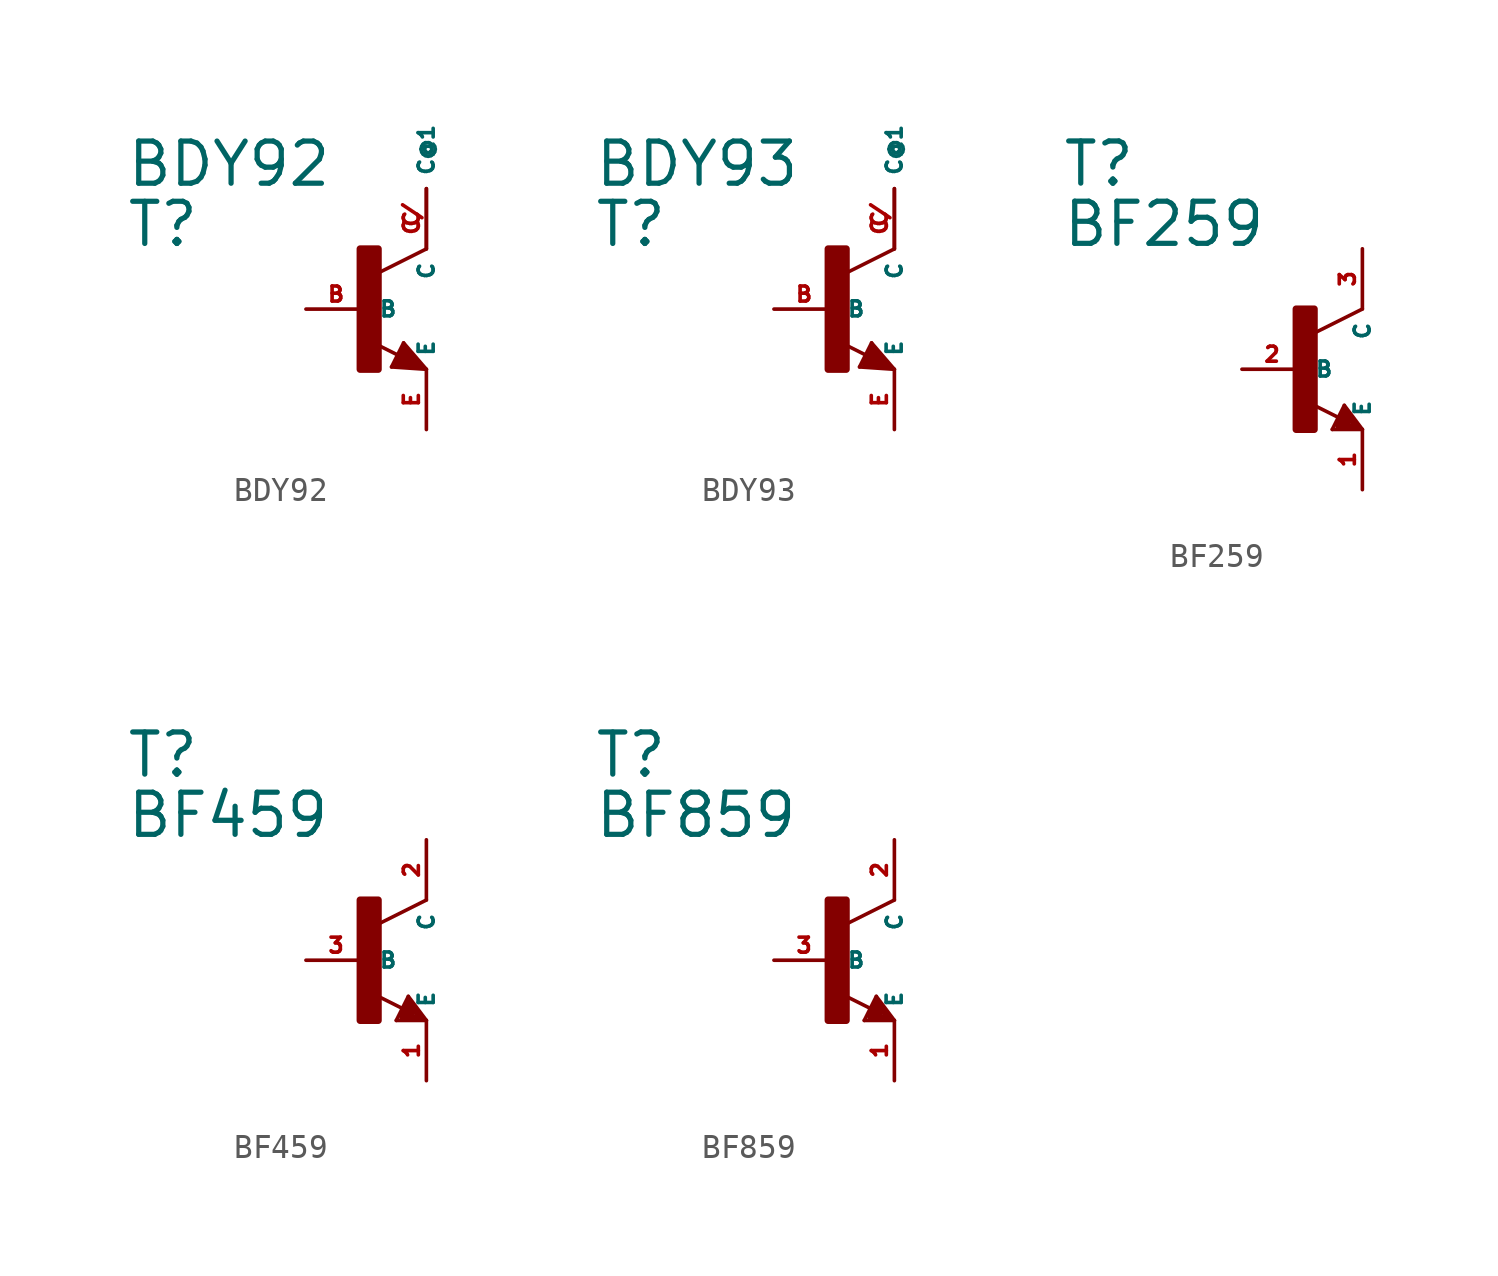
<source format=kicad_sym>
(kicad_symbol_lib
  (version 20220914)
  (generator Eagle2Kicad)
  (symbol "BDY92"
    (property "Reference" "T"
      (at -10.16 2.54 0)
      (effects (font (size 1.778 1.778) (thickness 0.22)) (justify left bottom)))
    (property "Value" "BDY92"
      (at -10.16 5.08 0)
      (effects (font (size 1.778 1.778) (thickness 0.22)) (justify left bottom)))
    (polyline
      (pts (xy 2.54 2.54) (xy 0.508 1.524))
      (stroke (width 0.152) (type default))
      (fill (type none)))
    (polyline
      (pts (xy 1.578 -1.424) (xy 2.54 -2.54))
      (stroke (width 0.152) (type default))
      (fill (type none)))
    (polyline
      (pts (xy 2.54 -2.54) (xy 1.07 -2.44))
      (stroke (width 0.152) (type default))
      (fill (type none)))
    (polyline
      (pts (xy 1.07 -2.44) (xy 1.578 -1.424))
      (stroke (width 0.152) (type default))
      (fill (type none)))
    (polyline
      (pts (xy 1.34 -1.94) (xy 0.108 -1.324))
      (stroke (width 0.152) (type default))
      (fill (type none)))
    (polyline
      (pts (xy 2.286 -2.413) (xy 1.651 -1.651))
      (stroke (width 0.254) (type default))
      (fill (type none)))
    (polyline
      (pts (xy 1.651 -1.651) (xy 1.27 -2.286))
      (stroke (width 0.254) (type default))
      (fill (type none)))
    (polyline
      (pts (xy 1.27 -2.286) (xy 2.159 -2.413))
      (stroke (width 0.254) (type default))
      (fill (type none)))
    (polyline
      (pts (xy 2.159 -2.413) (xy 1.651 -1.905))
      (stroke (width 0.254) (type default))
      (fill (type none)))
    (polyline
      (pts (xy 1.651 -1.905) (xy 1.524 -2.159))
      (stroke (width 0.254) (type default))
      (fill (type none)))
    (polyline
      (pts (xy 1.524 -2.159) (xy 1.778 -2.159))
      (stroke (width 0.254) (type default))
      (fill (type none)))
    (rectangle
      (start -0.254 -2.54)
      (end 0.508 2.54)
      (stroke (width 0.3) (type default))
      (fill (type outline)))
    (pin passive line
      (at -2.54 0 0)
      (length 2.54)
      (name "B" (effects (font (size 0.635 0.635) (thickness 0.08)) (justify left bottom)))
      (number "B" (effects (font (size 0.635 0.635) (thickness 0.08)) (justify left bottom))))
    (pin passive line
      (at 2.54 -5.08 90)
      (length 2.54)
      (name "E" (effects (font (size 0.635 0.635) (thickness 0.08)) (justify left bottom)))
      (number "E" (effects (font (size 0.635 0.635) (thickness 0.08)) (justify left bottom))))
    (pin passive line
      (at 2.54 5.08 270)
      (length 2.54)
      (name "C" (effects (font (size 0.635 0.635) (thickness 0.08)) (justify left bottom)))
      (number "C" (effects (font (size 0.635 0.635) (thickness 0.08)) (justify left bottom))))
    (pin passive line
      (at 2.54 2.54 90)
      (length 2.54)
      (name "C@1" (effects (font (size 0.635 0.635) (thickness 0.08)) (justify left bottom)))
      (number "C/" (effects (font (size 0.635 0.635) (thickness 0.08)) (justify left bottom)))))
  (symbol "BDY93"
    (property "Reference" "T"
      (at -10.16 2.54 0)
      (effects (font (size 1.778 1.778) (thickness 0.22)) (justify left bottom)))
    (property "Value" "BDY93"
      (at -10.16 5.08 0)
      (effects (font (size 1.778 1.778) (thickness 0.22)) (justify left bottom)))
    (polyline
      (pts (xy 2.54 2.54) (xy 0.508 1.524))
      (stroke (width 0.152) (type default))
      (fill (type none)))
    (polyline
      (pts (xy 1.578 -1.424) (xy 2.54 -2.54))
      (stroke (width 0.152) (type default))
      (fill (type none)))
    (polyline
      (pts (xy 2.54 -2.54) (xy 1.07 -2.44))
      (stroke (width 0.152) (type default))
      (fill (type none)))
    (polyline
      (pts (xy 1.07 -2.44) (xy 1.578 -1.424))
      (stroke (width 0.152) (type default))
      (fill (type none)))
    (polyline
      (pts (xy 1.34 -1.94) (xy 0.108 -1.324))
      (stroke (width 0.152) (type default))
      (fill (type none)))
    (polyline
      (pts (xy 2.286 -2.413) (xy 1.651 -1.651))
      (stroke (width 0.254) (type default))
      (fill (type none)))
    (polyline
      (pts (xy 1.651 -1.651) (xy 1.27 -2.286))
      (stroke (width 0.254) (type default))
      (fill (type none)))
    (polyline
      (pts (xy 1.27 -2.286) (xy 2.159 -2.413))
      (stroke (width 0.254) (type default))
      (fill (type none)))
    (polyline
      (pts (xy 2.159 -2.413) (xy 1.651 -1.905))
      (stroke (width 0.254) (type default))
      (fill (type none)))
    (polyline
      (pts (xy 1.651 -1.905) (xy 1.524 -2.159))
      (stroke (width 0.254) (type default))
      (fill (type none)))
    (polyline
      (pts (xy 1.524 -2.159) (xy 1.778 -2.159))
      (stroke (width 0.254) (type default))
      (fill (type none)))
    (rectangle
      (start -0.254 -2.54)
      (end 0.508 2.54)
      (stroke (width 0.3) (type default))
      (fill (type outline)))
    (pin passive line
      (at -2.54 0 0)
      (length 2.54)
      (name "B" (effects (font (size 0.635 0.635) (thickness 0.08)) (justify left bottom)))
      (number "B" (effects (font (size 0.635 0.635) (thickness 0.08)) (justify left bottom))))
    (pin passive line
      (at 2.54 -5.08 90)
      (length 2.54)
      (name "E" (effects (font (size 0.635 0.635) (thickness 0.08)) (justify left bottom)))
      (number "E" (effects (font (size 0.635 0.635) (thickness 0.08)) (justify left bottom))))
    (pin passive line
      (at 2.54 5.08 270)
      (length 2.54)
      (name "C" (effects (font (size 0.635 0.635) (thickness 0.08)) (justify left bottom)))
      (number "C" (effects (font (size 0.635 0.635) (thickness 0.08)) (justify left bottom))))
    (pin passive line
      (at 2.54 2.54 90)
      (length 2.54)
      (name "C@1" (effects (font (size 0.635 0.635) (thickness 0.08)) (justify left bottom)))
      (number "C/" (effects (font (size 0.635 0.635) (thickness 0.08)) (justify left bottom)))))
  (symbol "BF259"
    (property "Reference" "T"
      (at -10.16 7.62 0)
      (effects (font (size 1.778 1.778) (thickness 0.22)) (justify left bottom)))
    (property "Value" "BF259"
      (at -10.16 5.08 0)
      (effects (font (size 1.778 1.778) (thickness 0.22)) (justify left bottom)))
    (polyline
      (pts (xy 2.54 2.54) (xy 0.508 1.524))
      (stroke (width 0.152) (type default))
      (fill (type none)))
    (polyline
      (pts (xy 1.778 -1.524) (xy 2.54 -2.54))
      (stroke (width 0.152) (type default))
      (fill (type none)))
    (polyline
      (pts (xy 2.54 -2.54) (xy 1.27 -2.54))
      (stroke (width 0.152) (type default))
      (fill (type none)))
    (polyline
      (pts (xy 1.27 -2.54) (xy 1.778 -1.524))
      (stroke (width 0.152) (type default))
      (fill (type none)))
    (polyline
      (pts (xy 1.54 -2.04) (xy 0.308 -1.424))
      (stroke (width 0.152) (type default))
      (fill (type none)))
    (polyline
      (pts (xy 1.524 -2.413) (xy 2.286 -2.413))
      (stroke (width 0.254) (type default))
      (fill (type none)))
    (polyline
      (pts (xy 2.286 -2.413) (xy 1.778 -1.778))
      (stroke (width 0.254) (type default))
      (fill (type none)))
    (polyline
      (pts (xy 1.778 -1.778) (xy 1.524 -2.286))
      (stroke (width 0.254) (type default))
      (fill (type none)))
    (polyline
      (pts (xy 1.524 -2.286) (xy 1.905 -2.286))
      (stroke (width 0.254) (type default))
      (fill (type none)))
    (polyline
      (pts (xy 1.905 -2.286) (xy 1.778 -2.032))
      (stroke (width 0.254) (type default))
      (fill (type none)))
    (rectangle
      (start -0.254 -2.54)
      (end 0.508 2.54)
      (stroke (width 0.3) (type default))
      (fill (type outline)))
    (pin passive line
      (at -2.54 0 0)
      (length 2.54)
      (name "B" (effects (font (size 0.635 0.635) (thickness 0.08)) (justify left bottom)))
      (number "2" (effects (font (size 0.635 0.635) (thickness 0.08)) (justify left bottom))))
    (pin passive line
      (at 2.54 -5.08 90)
      (length 2.54)
      (name "E" (effects (font (size 0.635 0.635) (thickness 0.08)) (justify left bottom)))
      (number "1" (effects (font (size 0.635 0.635) (thickness 0.08)) (justify left bottom))))
    (pin passive line
      (at 2.54 5.08 270)
      (length 2.54)
      (name "C" (effects (font (size 0.635 0.635) (thickness 0.08)) (justify left bottom)))
      (number "3" (effects (font (size 0.635 0.635) (thickness 0.08)) (justify left bottom)))))
  (symbol "BF459"
    (property "Reference" "T"
      (at -10.16 7.62 0)
      (effects (font (size 1.778 1.778) (thickness 0.22)) (justify left bottom)))
    (property "Value" "BF459"
      (at -10.16 5.08 0)
      (effects (font (size 1.778 1.778) (thickness 0.22)) (justify left bottom)))
    (polyline
      (pts (xy 2.54 2.54) (xy 0.508 1.524))
      (stroke (width 0.152) (type default))
      (fill (type none)))
    (polyline
      (pts (xy 1.778 -1.524) (xy 2.54 -2.54))
      (stroke (width 0.152) (type default))
      (fill (type none)))
    (polyline
      (pts (xy 2.54 -2.54) (xy 1.27 -2.54))
      (stroke (width 0.152) (type default))
      (fill (type none)))
    (polyline
      (pts (xy 1.27 -2.54) (xy 1.778 -1.524))
      (stroke (width 0.152) (type default))
      (fill (type none)))
    (polyline
      (pts (xy 1.54 -2.04) (xy 0.308 -1.424))
      (stroke (width 0.152) (type default))
      (fill (type none)))
    (polyline
      (pts (xy 1.524 -2.413) (xy 2.286 -2.413))
      (stroke (width 0.254) (type default))
      (fill (type none)))
    (polyline
      (pts (xy 2.286 -2.413) (xy 1.778 -1.778))
      (stroke (width 0.254) (type default))
      (fill (type none)))
    (polyline
      (pts (xy 1.778 -1.778) (xy 1.524 -2.286))
      (stroke (width 0.254) (type default))
      (fill (type none)))
    (polyline
      (pts (xy 1.524 -2.286) (xy 1.905 -2.286))
      (stroke (width 0.254) (type default))
      (fill (type none)))
    (polyline
      (pts (xy 1.905 -2.286) (xy 1.778 -2.032))
      (stroke (width 0.254) (type default))
      (fill (type none)))
    (rectangle
      (start -0.254 -2.54)
      (end 0.508 2.54)
      (stroke (width 0.3) (type default))
      (fill (type outline)))
    (pin passive line
      (at -2.54 0 0)
      (length 2.54)
      (name "B" (effects (font (size 0.635 0.635) (thickness 0.08)) (justify left bottom)))
      (number "3" (effects (font (size 0.635 0.635) (thickness 0.08)) (justify left bottom))))
    (pin passive line
      (at 2.54 -5.08 90)
      (length 2.54)
      (name "E" (effects (font (size 0.635 0.635) (thickness 0.08)) (justify left bottom)))
      (number "1" (effects (font (size 0.635 0.635) (thickness 0.08)) (justify left bottom))))
    (pin passive line
      (at 2.54 5.08 270)
      (length 2.54)
      (name "C" (effects (font (size 0.635 0.635) (thickness 0.08)) (justify left bottom)))
      (number "2" (effects (font (size 0.635 0.635) (thickness 0.08)) (justify left bottom)))))
  (symbol "BF859"
    (property "Reference" "T"
      (at -10.16 7.62 0)
      (effects (font (size 1.778 1.778) (thickness 0.22)) (justify left bottom)))
    (property "Value" "BF859"
      (at -10.16 5.08 0)
      (effects (font (size 1.778 1.778) (thickness 0.22)) (justify left bottom)))
    (polyline
      (pts (xy 2.54 2.54) (xy 0.508 1.524))
      (stroke (width 0.152) (type default))
      (fill (type none)))
    (polyline
      (pts (xy 1.778 -1.524) (xy 2.54 -2.54))
      (stroke (width 0.152) (type default))
      (fill (type none)))
    (polyline
      (pts (xy 2.54 -2.54) (xy 1.27 -2.54))
      (stroke (width 0.152) (type default))
      (fill (type none)))
    (polyline
      (pts (xy 1.27 -2.54) (xy 1.778 -1.524))
      (stroke (width 0.152) (type default))
      (fill (type none)))
    (polyline
      (pts (xy 1.54 -2.04) (xy 0.308 -1.424))
      (stroke (width 0.152) (type default))
      (fill (type none)))
    (polyline
      (pts (xy 1.524 -2.413) (xy 2.286 -2.413))
      (stroke (width 0.254) (type default))
      (fill (type none)))
    (polyline
      (pts (xy 2.286 -2.413) (xy 1.778 -1.778))
      (stroke (width 0.254) (type default))
      (fill (type none)))
    (polyline
      (pts (xy 1.778 -1.778) (xy 1.524 -2.286))
      (stroke (width 0.254) (type default))
      (fill (type none)))
    (polyline
      (pts (xy 1.524 -2.286) (xy 1.905 -2.286))
      (stroke (width 0.254) (type default))
      (fill (type none)))
    (polyline
      (pts (xy 1.905 -2.286) (xy 1.778 -2.032))
      (stroke (width 0.254) (type default))
      (fill (type none)))
    (rectangle
      (start -0.254 -2.54)
      (end 0.508 2.54)
      (stroke (width 0.3) (type default))
      (fill (type outline)))
    (pin passive line
      (at -2.54 0 0)
      (length 2.54)
      (name "B" (effects (font (size 0.635 0.635) (thickness 0.08)) (justify left bottom)))
      (number "3" (effects (font (size 0.635 0.635) (thickness 0.08)) (justify left bottom))))
    (pin passive line
      (at 2.54 -5.08 90)
      (length 2.54)
      (name "E" (effects (font (size 0.635 0.635) (thickness 0.08)) (justify left bottom)))
      (number "1" (effects (font (size 0.635 0.635) (thickness 0.08)) (justify left bottom))))
    (pin passive line
      (at 2.54 5.08 270)
      (length 2.54)
      (name "C" (effects (font (size 0.635 0.635) (thickness 0.08)) (justify left bottom)))
      (number "2" (effects (font (size 0.635 0.635) (thickness 0.08)) (justify left bottom))))))
</source>
